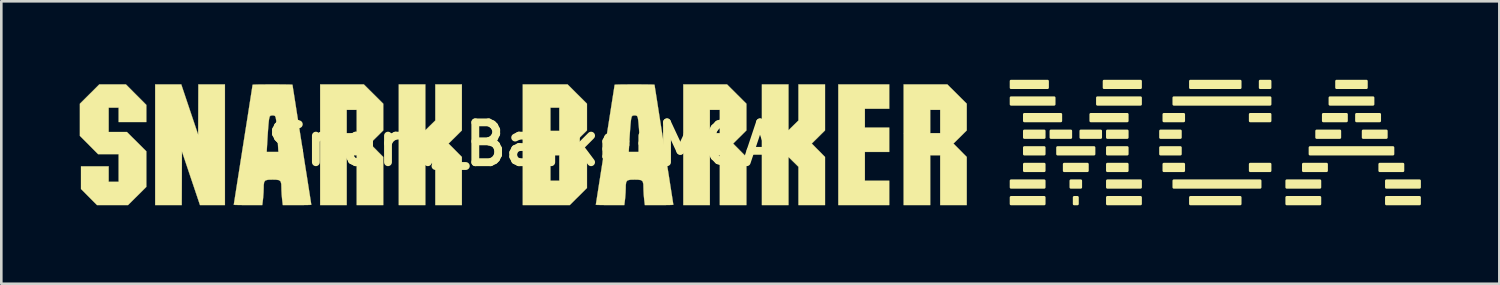
<source format=kicad_pcb>
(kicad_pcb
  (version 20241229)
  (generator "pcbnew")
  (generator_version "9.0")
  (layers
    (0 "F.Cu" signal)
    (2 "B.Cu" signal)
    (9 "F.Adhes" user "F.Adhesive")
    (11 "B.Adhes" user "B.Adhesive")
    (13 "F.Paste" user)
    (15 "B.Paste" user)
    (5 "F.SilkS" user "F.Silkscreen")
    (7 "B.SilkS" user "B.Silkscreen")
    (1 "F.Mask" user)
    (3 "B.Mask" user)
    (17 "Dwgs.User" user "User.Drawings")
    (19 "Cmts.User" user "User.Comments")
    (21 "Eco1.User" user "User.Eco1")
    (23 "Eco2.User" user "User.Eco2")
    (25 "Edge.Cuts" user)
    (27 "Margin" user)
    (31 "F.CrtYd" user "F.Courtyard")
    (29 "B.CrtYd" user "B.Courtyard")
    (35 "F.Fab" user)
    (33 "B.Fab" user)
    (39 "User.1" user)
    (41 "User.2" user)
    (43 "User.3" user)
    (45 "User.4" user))
  (footprint "Snark_BarkerMCA"
    (layer "F.Cu")
    (at 16.938 2.463)
    (property "Reference" "Snark_BarkerMCA" (at 0 0 0) (layer "F.SilkS") (effects (font (size 1.524 1.524) (thickness 0.3))))
    (attr through_hole)
    (fp_poly (pts (xy 18.669 -2.413) (xy 18.669 -2.159) (xy 20.066 -2.159) (xy 20.066 -2.413)) (stroke (width 0.1) (type solid)) (fill yes) (layer "F.SilkS"))
    (fp_poly (pts (xy 18.669 -1.778) (xy 18.669 -1.524) (xy 20.32 -1.524) (xy 20.32 -1.778)) (stroke (width 0.1) (type solid)) (fill yes) (layer "F.SilkS"))
    (fp_poly (pts (xy 18.669 1.397) (xy 18.669 1.651) (xy 19.939 1.651) (xy 19.939 1.397)) (stroke (width 0.1) (type solid)) (fill yes) (layer "F.SilkS"))
    (fp_poly (pts (xy 18.669 2.032) (xy 18.669 2.286) (xy 19.939 2.286) (xy 19.939 2.032)) (stroke (width 0.1) (type solid)) (fill yes) (layer "F.SilkS"))
    (fp_poly (pts (xy 19.177 -1.143) (xy 19.177 -0.889) (xy 20.574 -0.889) (xy 20.574 -1.143)) (stroke (width 0.1) (type solid)) (fill yes) (layer "F.SilkS"))
    (fp_poly (pts (xy 19.177 -0.508) (xy 19.177 -0.254) (xy 19.939 -0.254) (xy 19.939 -0.508)) (stroke (width 0.1) (type solid)) (fill yes) (layer "F.SilkS"))
    (fp_poly (pts (xy 19.177 0.127) (xy 19.177 0.381) (xy 19.939 0.381) (xy 19.939 0.127)) (stroke (width 0.1) (type solid)) (fill yes) (layer "F.SilkS"))
    (fp_poly (pts (xy 19.177 0.762) (xy 19.177 1.016) (xy 19.939 1.016) (xy 19.939 0.762)) (stroke (width 0.1) (type solid)) (fill yes) (layer "F.SilkS"))
    (fp_poly (pts (xy 20.193 -0.508) (xy 20.193 -0.254) (xy 20.955 -0.254) (xy 20.955 -0.508)) (stroke (width 0.1) (type solid)) (fill yes) (layer "F.SilkS"))
    (fp_poly (pts (xy 20.447 0.127) (xy 20.447 0.381) (xy 21.844 0.381) (xy 21.844 0.127)) (stroke (width 0.1) (type solid)) (fill yes) (layer "F.SilkS"))
    (fp_poly (pts (xy 20.701 0.762) (xy 20.701 1.016) (xy 21.59 1.016) (xy 21.59 0.762)) (stroke (width 0.1) (type solid)) (fill yes) (layer "F.SilkS"))
    (fp_poly (pts (xy 20.955 1.397) (xy 20.955 1.651) (xy 21.336 1.651) (xy 21.336 1.397)) (stroke (width 0.1) (type solid)) (fill yes) (layer "F.SilkS"))
    (fp_poly (pts (xy 21.082 2.032) (xy 21.082 2.286) (xy 21.209 2.286) (xy 21.209 2.032)) (stroke (width 0.1) (type solid)) (fill yes) (layer "F.SilkS"))
    (fp_poly (pts (xy 21.336 -0.508) (xy 21.336 -0.254) (xy 22.098 -0.254) (xy 22.098 -0.508)) (stroke (width 0.1) (type solid)) (fill yes) (layer "F.SilkS"))
    (fp_poly (pts (xy 21.717 -1.143) (xy 21.717 -0.889) (xy 23.114 -0.889) (xy 23.114 -1.143)) (stroke (width 0.1) (type solid)) (fill yes) (layer "F.SilkS"))
    (fp_poly (pts (xy 21.971 -1.778) (xy 21.971 -1.524) (xy 23.622 -1.524) (xy 23.622 -1.778)) (stroke (width 0.1) (type solid)) (fill yes) (layer "F.SilkS"))
    (fp_poly (pts (xy 22.225 -2.413) (xy 22.225 -2.159) (xy 23.622 -2.159) (xy 23.622 -2.413)) (stroke (width 0.1) (type solid)) (fill yes) (layer "F.SilkS"))
    (fp_poly (pts (xy 22.352 -0.508) (xy 22.352 -0.254) (xy 23.114 -0.254) (xy 23.114 -0.508)) (stroke (width 0.1) (type solid)) (fill yes) (layer "F.SilkS"))
    (fp_poly (pts (xy 22.352 0.127) (xy 22.352 0.381) (xy 23.114 0.381) (xy 23.114 0.127)) (stroke (width 0.1) (type solid)) (fill yes) (layer "F.SilkS"))
    (fp_poly (pts (xy 22.352 0.762) (xy 22.352 1.016) (xy 23.114 1.016) (xy 23.114 0.762)) (stroke (width 0.1) (type solid)) (fill yes) (layer "F.SilkS"))
    (fp_poly (pts (xy 22.352 1.397) (xy 22.352 1.651) (xy 23.622 1.651) (xy 23.622 1.397)) (stroke (width 0.1) (type solid)) (fill yes) (layer "F.SilkS"))
    (fp_poly (pts (xy 22.352 2.032) (xy 22.352 2.286) (xy 23.622 2.286) (xy 23.622 2.032)) (stroke (width 0.1) (type solid)) (fill yes) (layer "F.SilkS"))
    (fp_poly (pts (xy 24.384 -0.508) (xy 24.384 -0.254) (xy 25.146 -0.254) (xy 25.146 -0.508)) (stroke (width 0.1) (type solid)) (fill yes) (layer "F.SilkS"))
    (fp_poly (pts (xy 24.384 0.127) (xy 24.384 0.381) (xy 25.146 0.381) (xy 25.146 0.127)) (stroke (width 0.1) (type solid)) (fill yes) (layer "F.SilkS"))
    (fp_poly (pts (xy 24.511 -1.143) (xy 24.511 -0.889) (xy 25.273 -0.889) (xy 25.273 -1.143)) (stroke (width 0.1) (type solid)) (fill yes) (layer "F.SilkS"))
    (fp_poly (pts (xy 24.511 0.762) (xy 24.511 1.016) (xy 25.273 1.016) (xy 25.273 0.762)) (stroke (width 0.1) (type solid)) (fill yes) (layer "F.SilkS"))
    (fp_poly (pts (xy 24.892 -1.778) (xy 24.892 -1.524) (xy 28.575 -1.524) (xy 28.575 -1.778)) (stroke (width 0.1) (type solid)) (fill yes) (layer "F.SilkS"))
    (fp_poly (pts (xy 24.892 1.397) (xy 24.892 1.651) (xy 28.194 1.651) (xy 28.194 1.397)) (stroke (width 0.1) (type solid)) (fill yes) (layer "F.SilkS"))
    (fp_poly (pts (xy 25.527 -2.413) (xy 25.527 -2.159) (xy 27.432 -2.159) (xy 27.432 -2.413)) (stroke (width 0.1) (type solid)) (fill yes) (layer "F.SilkS"))
    (fp_poly (pts (xy 25.527 2.032) (xy 25.527 2.286) (xy 27.432 2.286) (xy 27.432 2.032)) (stroke (width 0.1) (type solid)) (fill yes) (layer "F.SilkS"))
    (fp_poly (pts (xy 27.813 -1.143) (xy 27.813 -0.889) (xy 28.575 -0.889) (xy 28.575 -1.143)) (stroke (width 0.1) (type solid)) (fill yes) (layer "F.SilkS"))
    (fp_poly (pts (xy 27.813 0.762) (xy 27.813 1.016) (xy 28.575 1.016) (xy 28.575 0.762)) (stroke (width 0.1) (type solid)) (fill yes) (layer "F.SilkS"))
    (fp_poly (pts (xy 28.194 -2.413) (xy 28.194 -2.159) (xy 28.575 -2.159) (xy 28.575 -2.413)) (stroke (width 0.1) (type solid)) (fill yes) (layer "F.SilkS"))
    (fp_poly (pts (xy 29.21 1.397) (xy 29.21 1.651) (xy 30.48 1.651) (xy 30.48 1.397)) (stroke (width 0.1) (type solid)) (fill yes) (layer "F.SilkS"))
    (fp_poly (pts (xy 29.21 2.032) (xy 29.21 2.286) (xy 30.48 2.286) (xy 30.48 2.032)) (stroke (width 0.1) (type solid)) (fill yes) (layer "F.SilkS"))
    (fp_poly (pts (xy 29.845 0.762) (xy 29.845 1.016) (xy 30.734 1.016) (xy 30.734 0.762)) (stroke (width 0.1) (type solid)) (fill yes) (layer "F.SilkS"))
    (fp_poly (pts (xy 30.099 0.127) (xy 30.099 0.381) (xy 33.274 0.381) (xy 33.274 0.127)) (stroke (width 0.1) (type solid)) (fill yes) (layer "F.SilkS"))
    (fp_poly (pts (xy 30.353 -0.508) (xy 30.353 -0.254) (xy 31.242 -0.254) (xy 31.242 -0.508)) (stroke (width 0.1) (type solid)) (fill yes) (layer "F.SilkS"))
    (fp_poly (pts (xy 30.607 -1.143) (xy 30.607 -0.889) (xy 31.496 -0.889) (xy 31.496 -1.143)) (stroke (width 0.1) (type solid)) (fill yes) (layer "F.SilkS"))
    (fp_poly (pts (xy 30.861 -1.778) (xy 30.861 -1.524) (xy 32.512 -1.524) (xy 32.512 -1.778)) (stroke (width 0.1) (type solid)) (fill yes) (layer "F.SilkS"))
    (fp_poly (pts (xy 31.115 -2.413) (xy 31.115 -2.159) (xy 32.258 -2.159) (xy 32.258 -2.413)) (stroke (width 0.1) (type solid)) (fill yes) (layer "F.SilkS"))
    (fp_poly (pts (xy 32.131 -0.508) (xy 32.131 -0.254) (xy 33.02 -0.254) (xy 33.02 -0.508)) (stroke (width 0.1) (type solid)) (fill yes) (layer "F.SilkS"))
    (fp_poly (pts (xy 32.766 -1.143) (xy 32.766 -0.889) (xy 31.877 -0.889) (xy 31.877 -1.143)) (stroke (width 0.1) (type solid)) (fill yes) (layer "F.SilkS"))
    (fp_poly (pts (xy 33.655 0.762) (xy 33.655 1.016) (xy 32.766 1.016) (xy 32.766 0.762)) (stroke (width 0.1) (type solid)) (fill yes) (layer "F.SilkS"))
    (fp_poly (pts (xy 34.29 1.397) (xy 34.29 1.651) (xy 33.02 1.651) (xy 33.02 1.397)) (stroke (width 0.1) (type solid)) (fill yes) (layer "F.SilkS"))
    (fp_poly (pts (xy 34.29 2.032) (xy 34.29 2.286) (xy 33.02 2.286) (xy 33.02 2.032)) (stroke (width 0.1) (type solid)) (fill yes) (layer "F.SilkS"))
    (fp_poly (pts (xy 14.012 -1.355) (xy 13.081 -1.355) (xy 13.081 -0.635) (xy 14.012 -0.635) (xy 14.012 0.296) (xy 13.081 0.296) (xy 13.081 1.397) (xy 14.012 1.397) (xy 14.012 2.328) (xy 12.065 2.328) (xy 12.065 -2.286) (xy 14.012 -2.286) (xy 14.012 -1.355)) (stroke (width 0.01) (type solid)) (fill yes) (layer "F.SilkS"))
    (fp_poly (pts (xy -12.735 -1.323) (xy -12.411 -0.36) (xy -12.407 -1.323) (xy -12.404 -2.286) (xy -11.388 -2.286) (xy -11.388 2.328) (xy -12.341 2.328) (xy -13.032 0.275) (xy -13.035 1.302) (xy -13.039 2.328) (xy -14.055 2.328) (xy -14.055 -2.286) (xy -13.058 -2.286) (xy -12.735 -1.323)) (stroke (width 0.01) (type solid)) (fill yes) (layer "F.SilkS"))
    (fp_poly (pts (xy -3.725 -0.533) (xy -3.535 -0.72) (xy -3.344 -0.907) (xy -3.344 -2.286) (xy -2.328 -2.286) (xy -2.328 -0.527) (xy -2.582 -0.275) (xy -2.837 -0.024) (xy -2.328 0.489) (xy -2.328 2.328) (xy -3.344 2.328) (xy -3.344 0.864) (xy -3.535 0.677) (xy -3.725 0.49) (xy -3.725 2.328) (xy -4.741 2.328) (xy -4.741 -2.286) (xy -3.725 -2.286) (xy -3.725 -0.533)) (stroke (width 0.01) (type solid)) (fill yes) (layer "F.SilkS"))
    (fp_poly (pts (xy 10.16 -0.533) (xy 10.351 -0.72) (xy 10.541 -0.907) (xy 10.541 -2.286) (xy 11.557 -2.286) (xy 11.557 -0.527) (xy 11.303 -0.275) (xy 11.049 -0.024) (xy 11.557 0.489) (xy 11.557 2.328) (xy 10.541 2.328) (xy 10.541 0.864) (xy 10.351 0.677) (xy 10.16 0.49) (xy 10.16 2.328) (xy 9.144 2.328) (xy 9.144 -2.286) (xy 10.16 -2.286) (xy 10.16 -0.533)) (stroke (width 0.01) (type solid)) (fill yes) (layer "F.SilkS"))
    (fp_poly (pts (xy -5.334 -1.547) (xy -5.334 -0.527) (xy -5.588 -0.275) (xy -5.842 -0.024) (xy -5.334 0.489) (xy -5.334 2.328) (xy -6.35 2.328) (xy -6.35 0.423) (xy -6.731 0.423) (xy -6.731 2.328) (xy -7.747 2.328) (xy -7.747 -1.312) (xy -6.731 -1.312) (xy -6.731 -0.423) (xy -6.35 -0.423) (xy -6.35 -1.312) (xy -6.731 -1.312) (xy -7.747 -1.312) (xy -7.747 -2.286) (xy -6.077 -2.286) (xy -5.334 -1.547)) (stroke (width 0.01) (type solid)) (fill yes) (layer "F.SilkS"))
    (fp_poly (pts (xy 16.976 -1.547) (xy 16.976 -0.527) (xy 16.722 -0.275) (xy 16.467 -0.024) (xy 16.976 0.489) (xy 16.976 2.328) (xy 15.96 2.328) (xy 15.96 0.423) (xy 15.579 0.423) (xy 15.579 2.328) (xy 14.563 2.328) (xy 14.563 -1.312) (xy 15.579 -1.312) (xy 15.579 -0.423) (xy 15.96 -0.423) (xy 15.96 -1.312) (xy 15.579 -1.312) (xy 14.563 -1.312) (xy 14.563 -2.286) (xy 16.233 -2.286) (xy 16.976 -1.547)) (stroke (width 0.01) (type solid)) (fill yes) (layer "F.SilkS"))
    (fp_poly (pts (xy 8.18 -1.916) (xy 8.551 -1.547) (xy 8.551 -0.527) (xy 8.297 -0.275) (xy 8.043 -0.024) (xy 8.297 0.233) (xy 8.551 0.489) (xy 8.551 2.328) (xy 7.535 2.328) (xy 7.535 0.423) (xy 7.154 0.423) (xy 7.154 2.328) (xy 6.138 2.328) (xy 6.138 -1.312) (xy 7.154 -1.312) (xy 7.154 -0.423) (xy 7.535 -0.423) (xy 7.535 -1.312) (xy 7.154 -1.312) (xy 6.138 -1.312) (xy 6.138 -2.286) (xy 7.809 -2.286) (xy 8.18 -1.916)) (stroke (width 0.01) (type solid)) (fill yes) (layer "F.SilkS"))
    (fp_poly (pts (xy -14.784 -1.894) (xy -14.393 -1.501) (xy -14.393 -0.847) (xy -15.452 -0.847) (xy -15.452 -1.397) (xy -15.833 -1.397) (xy -15.833 -0.466) (xy -15.136 -0.466) (xy -14.393 0.273) (xy -14.393 1.632) (xy -14.743 1.98) (xy -15.094 2.328) (xy -16.279 2.328) (xy -16.585 2.02) (xy -16.891 1.713) (xy -16.891 0.847) (xy -15.833 0.847) (xy -15.833 1.439) (xy -15.452 1.439) (xy -15.452 0.381) (xy -16.237 0.381) (xy -16.585 0.031) (xy -16.933 -0.319) (xy -16.933 -1.547) (xy -16.191 -2.286) (xy -15.175 -2.286) (xy -14.784 -1.894)) (stroke (width 0.01) (type solid)) (fill yes) (layer "F.SilkS"))
    (fp_poly (pts (xy 2.084 -1.916) (xy 2.455 -1.547) (xy 2.455 -0.527) (xy 2.201 -0.275) (xy 1.947 -0.024) (xy 2.201 0.233) (xy 2.455 0.489) (xy 2.455 1.674) (xy 1.797 2.328) (xy 0 2.328) (xy 0 0.423) (xy 1.058 0.423) (xy 1.058 1.397) (xy 1.397 1.397) (xy 1.397 0.423) (xy 1.058 0.423) (xy 0 0.423) (xy 0 -1.397) (xy 1.058 -1.397) (xy 1.058 -0.508) (xy 1.397 -0.508) (xy 1.397 -1.397) (xy 1.058 -1.397) (xy 0 -1.397) (xy 0 -2.286) (xy 1.713 -2.286) (xy 2.084 -1.916)) (stroke (width 0.01) (type solid)) (fill yes) (layer "F.SilkS"))
    (fp_poly (pts (xy -9.324 -2.285) (xy -9.113 -2.283) (xy -8.947 -2.281) (xy -8.84 -2.277) (xy -8.805 -2.273) (xy -8.799 -2.23) (xy -8.781 -2.111) (xy -8.751 -1.924) (xy -8.712 -1.675) (xy -8.665 -1.374) (xy -8.611 -1.028) (xy -8.55 -0.643) (xy -8.485 -0.228) (xy -8.445 0.022) (xy -8.378 0.451) (xy -8.315 0.854) (xy -8.256 1.223) (xy -8.205 1.552) (xy -8.161 1.831) (xy -8.126 2.054) (xy -8.101 2.214) (xy -8.088 2.302) (xy -8.086 2.317) (xy -8.125 2.321) (xy -8.234 2.325) (xy -8.396 2.327) (xy -8.594 2.328) (xy -8.63 2.328) (xy -9.175 2.328) (xy -9.201 2.106) (xy -9.218 1.929) (xy -9.227 1.746) (xy -9.228 1.686) (xy -9.233 1.522) (xy -9.259 1.423) (xy -9.322 1.374) (xy -9.44 1.357) (xy -9.567 1.355) (xy -9.735 1.359) (xy -9.836 1.384) (xy -9.887 1.446) (xy -9.904 1.562) (xy -9.906 1.686) (xy -9.912 1.853) (xy -9.926 2.04) (xy -9.933 2.106) (xy -9.96 2.328) (xy -10.505 2.328) (xy -10.708 2.327) (xy -10.877 2.325) (xy -10.996 2.322) (xy -11.048 2.317) (xy -11.049 2.317) (xy -11.043 2.274) (xy -11.024 2.155) (xy -10.995 1.968) (xy -10.956 1.72) (xy -10.909 1.419) (xy -10.854 1.072) (xy -10.794 0.688) (xy -10.732 0.296) (xy -9.791 0.296) (xy -9.344 0.296) (xy -9.373 -0.201) (xy -9.387 -0.421) (xy -9.402 -0.631) (xy -9.417 -0.805) (xy -9.426 -0.9) (xy -9.446 -1.021) (xy -9.475 -1.081) (xy -9.529 -1.099) (xy -9.567 -1.101) (xy -9.639 -1.093) (xy -9.677 -1.055) (xy -9.699 -0.965) (xy -9.708 -0.9) (xy -9.721 -0.774) (xy -9.736 -0.592) (xy -9.751 -0.377) (xy -9.762 -0.201) (xy -9.791 0.296) (xy -10.732 0.296) (xy -10.729 0.273) (xy -10.689 0.022) (xy -10.622 -0.406) (xy -10.558 -0.809) (xy -10.5 -1.179) (xy -10.449 -1.507) (xy -10.405 -1.787) (xy -10.37 -2.01) (xy -10.345 -2.17) (xy -10.332 -2.258) (xy -10.329 -2.273) (xy -10.289 -2.277) (xy -10.178 -2.281) (xy -10.008 -2.284) (xy -9.794 -2.285) (xy -9.567 -2.286) (xy -9.324 -2.285)) (stroke (width 0.01) (type solid)) (fill yes) (layer "F.SilkS"))
    (fp_poly (pts (xy 4.519 -2.285) (xy 4.73 -2.283) (xy 4.896 -2.281) (xy 5.003 -2.277) (xy 5.038 -2.273) (xy 5.044 -2.23) (xy 5.062 -2.111) (xy 5.092 -1.924) (xy 5.131 -1.675) (xy 5.178 -1.374) (xy 5.232 -1.028) (xy 5.293 -0.643) (xy 5.358 -0.228) (xy 5.397 0.022) (xy 5.465 0.451) (xy 5.528 0.854) (xy 5.587 1.223) (xy 5.638 1.552) (xy 5.682 1.831) (xy 5.717 2.054) (xy 5.742 2.214) (xy 5.755 2.302) (xy 5.757 2.317) (xy 5.718 2.321) (xy 5.609 2.325) (xy 5.447 2.327) (xy 5.249 2.328) (xy 5.213 2.328) (xy 4.668 2.328) (xy 4.642 2.106) (xy 4.625 1.929) (xy 4.616 1.746) (xy 4.615 1.686) (xy 4.61 1.522) (xy 4.584 1.423) (xy 4.521 1.374) (xy 4.403 1.357) (xy 4.276 1.355) (xy 4.108 1.359) (xy 4.007 1.384) (xy 3.956 1.446) (xy 3.939 1.562) (xy 3.937 1.686) (xy 3.931 1.853) (xy 3.917 2.04) (xy 3.91 2.106) (xy 3.883 2.328) (xy 3.338 2.328) (xy 3.135 2.327) (xy 2.966 2.325) (xy 2.847 2.322) (xy 2.795 2.317) (xy 2.794 2.317) (xy 2.8 2.274) (xy 2.819 2.155) (xy 2.848 1.968) (xy 2.887 1.72) (xy 2.934 1.419) (xy 2.989 1.072) (xy 3.049 0.688) (xy 3.111 0.296) (xy 4.052 0.296) (xy 4.499 0.296) (xy 4.47 -0.201) (xy 4.456 -0.421) (xy 4.441 -0.631) (xy 4.426 -0.805) (xy 4.417 -0.9) (xy 4.397 -1.021) (xy 4.368 -1.081) (xy 4.314 -1.099) (xy 4.276 -1.101) (xy 4.204 -1.093) (xy 4.166 -1.055) (xy 4.144 -0.965) (xy 4.135 -0.9) (xy 4.122 -0.774) (xy 4.107 -0.592) (xy 4.092 -0.377) (xy 4.081 -0.201) (xy 4.052 0.296) (xy 3.111 0.296) (xy 3.114 0.273) (xy 3.154 0.022) (xy 3.221 -0.406) (xy 3.285 -0.809) (xy 3.343 -1.179) (xy 3.394 -1.507) (xy 3.438 -1.787) (xy 3.473 -2.01) (xy 3.498 -2.17) (xy 3.511 -2.258) (xy 3.514 -2.273) (xy 3.554 -2.277) (xy 3.665 -2.281) (xy 3.835 -2.284) (xy 4.049 -2.285) (xy 4.276 -2.286) (xy 4.519 -2.285)) (stroke (width 0.01) (type solid)) (fill yes) (layer "F.SilkS")))
  (gr_rect
    (start -3 -3)
    (end 54.278 7.799)
    (stroke (width 0.1) (type default))
    (fill no)
    (layer "Edge.Cuts")))
</source>
